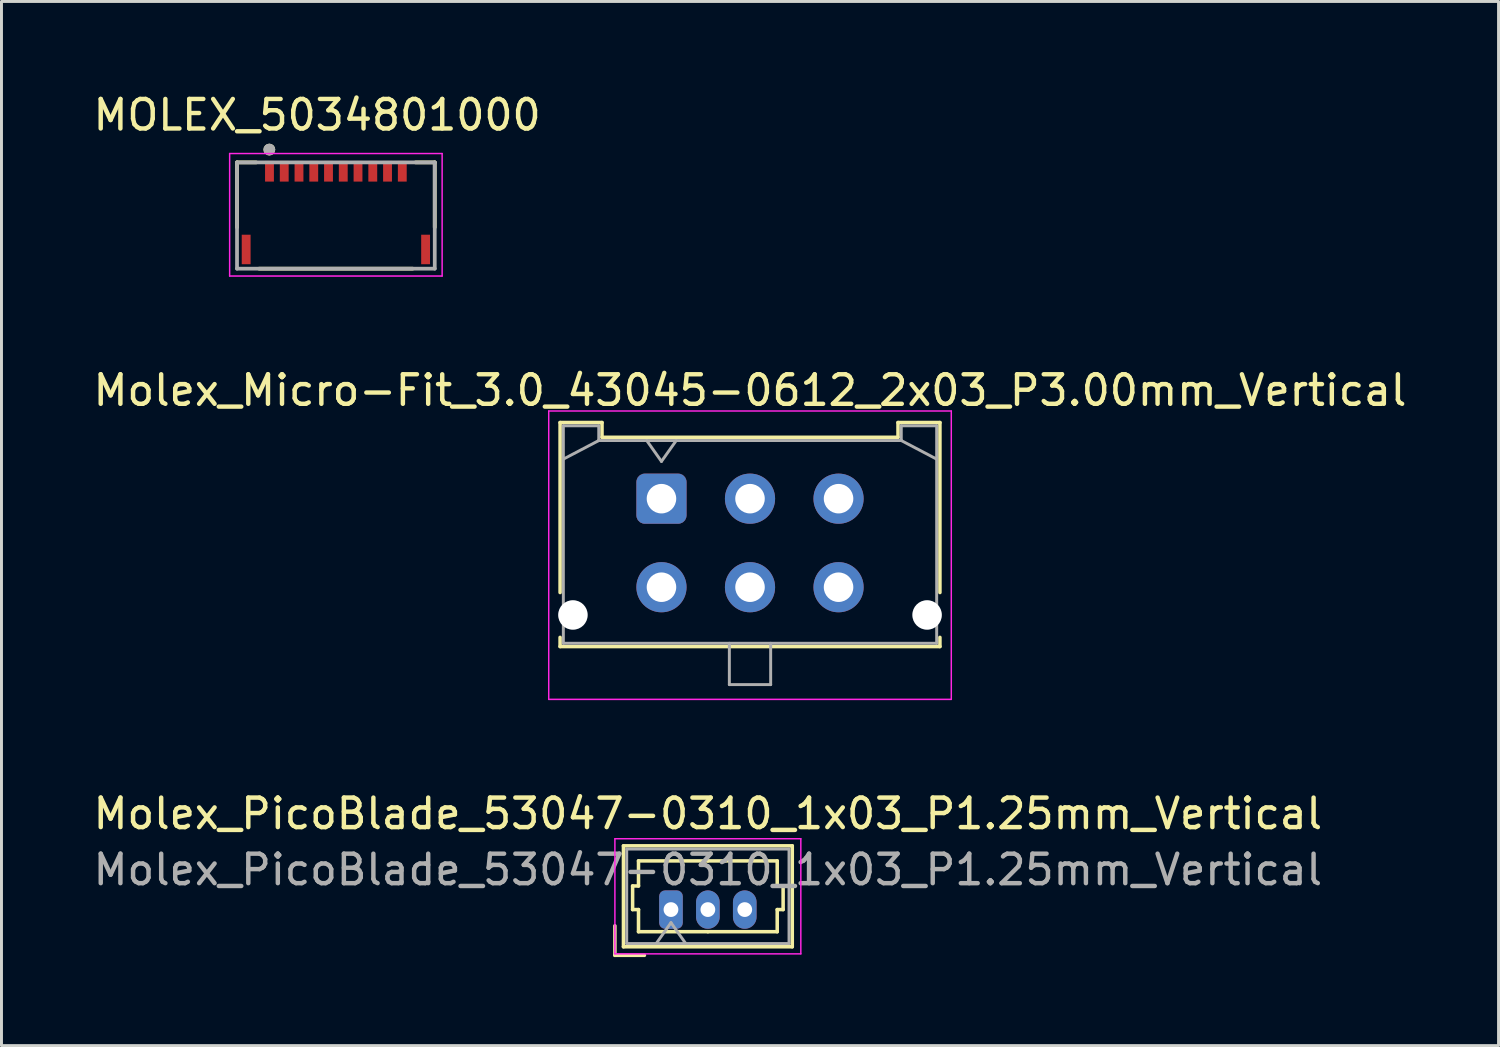
<source format=kicad_pcb>
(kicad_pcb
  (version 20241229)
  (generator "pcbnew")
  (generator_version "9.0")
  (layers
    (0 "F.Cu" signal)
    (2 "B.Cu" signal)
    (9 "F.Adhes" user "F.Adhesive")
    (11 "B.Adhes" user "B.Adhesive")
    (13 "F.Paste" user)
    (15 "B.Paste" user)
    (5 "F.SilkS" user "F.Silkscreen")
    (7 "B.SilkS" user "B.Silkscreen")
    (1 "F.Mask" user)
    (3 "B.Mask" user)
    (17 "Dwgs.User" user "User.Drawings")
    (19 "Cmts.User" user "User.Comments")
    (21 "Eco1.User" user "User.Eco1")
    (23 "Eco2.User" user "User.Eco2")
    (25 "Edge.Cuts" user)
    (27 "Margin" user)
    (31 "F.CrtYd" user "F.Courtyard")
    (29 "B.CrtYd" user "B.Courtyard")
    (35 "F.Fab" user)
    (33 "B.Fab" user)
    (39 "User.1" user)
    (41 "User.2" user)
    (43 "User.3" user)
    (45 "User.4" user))
  (footprint "Molex_Micro-Fit_3.0_43045-0612_2x03_P3.00mm_Vertical"
    (layer "F.Cu")
    (at 19.363 13.847)
    (property "Reference" "Molex_Micro-Fit_3.0_43045-0612_2x03_P3.00mm_Vertical" (at 3 -3.67 0) (layer "F.SilkS") (effects (font (size 1 1) (thickness 0.15))))
    (attr through_hole)
    (fp_line (start -3.435 -2.58) (end -2.015 -2.58) (stroke (width 0.12) (type solid)) (layer "F.SilkS"))
    (fp_line (start -3.435 3.18) (end -3.435 -2.58) (stroke (width 0.12) (type solid)) (layer "F.SilkS"))
    (fp_line (start -3.435 4.7) (end -3.435 5.01) (stroke (width 0.12) (type solid)) (layer "F.SilkS"))
    (fp_line (start -3.435 5.01) (end 9.435 5.01) (stroke (width 0.12) (type solid)) (layer "F.SilkS"))
    (fp_line (start -2.015 -2.58) (end -2.015 -2.08) (stroke (width 0.12) (type solid)) (layer "F.SilkS"))
    (fp_line (start -2.015 -2.08) (end 8.015 -2.08) (stroke (width 0.12) (type solid)) (layer "F.SilkS"))
    (fp_line (start 8.015 -2.58) (end 9.435 -2.58) (stroke (width 0.12) (type solid)) (layer "F.SilkS"))
    (fp_line (start 8.015 -2.08) (end 8.015 -2.58) (stroke (width 0.12) (type solid)) (layer "F.SilkS"))
    (fp_line (start 9.435 -2.58) (end 9.435 3.18) (stroke (width 0.12) (type solid)) (layer "F.SilkS"))
    (fp_line (start 9.435 5.01) (end 9.435 4.7) (stroke (width 0.12) (type solid)) (layer "F.SilkS"))
    (fp_line (start -3.82 -2.97) (end 9.82 -2.97) (stroke (width 0.05) (type solid)) (layer "F.CrtYd"))
    (fp_line (start -3.82 6.8) (end -3.82 -2.97) (stroke (width 0.05) (type solid)) (layer "F.CrtYd"))
    (fp_line (start 9.82 -2.97) (end 9.82 6.8) (stroke (width 0.05) (type solid)) (layer "F.CrtYd"))
    (fp_line (start 9.82 6.8) (end -3.82 6.8) (stroke (width 0.05) (type solid)) (layer "F.CrtYd"))
    (fp_line (start -3.325 -2.47) (end -3.325 4.9) (stroke (width 0.1) (type solid)) (layer "F.Fab"))
    (fp_line (start -3.325 -1.34) (end -2.125 -1.97) (stroke (width 0.1) (type solid)) (layer "F.Fab"))
    (fp_line (start -3.325 4.9) (end 9.325 4.9) (stroke (width 0.1) (type solid)) (layer "F.Fab"))
    (fp_line (start -2.125 -2.47) (end -3.325 -2.47) (stroke (width 0.1) (type solid)) (layer "F.Fab"))
    (fp_line (start -2.125 -1.97) (end -2.125 -2.47) (stroke (width 0.1) (type solid)) (layer "F.Fab"))
    (fp_line (start -0.5 -1.97) (end 0 -1.263) (stroke (width 0.1) (type solid)) (layer "F.Fab"))
    (fp_line (start 0 -1.263) (end 0.5 -1.97) (stroke (width 0.1) (type solid)) (layer "F.Fab"))
    (fp_line (start 2.3 4.9) (end 2.3 6.3) (stroke (width 0.1) (type solid)) (layer "F.Fab"))
    (fp_line (start 2.3 6.3) (end 3.7 6.3) (stroke (width 0.1) (type solid)) (layer "F.Fab"))
    (fp_line (start 3.7 6.3) (end 3.7 4.9) (stroke (width 0.1) (type solid)) (layer "F.Fab"))
    (fp_line (start 8.125 -2.47) (end 8.125 -1.97) (stroke (width 0.1) (type solid)) (layer "F.Fab"))
    (fp_line (start 8.125 -1.97) (end -2.125 -1.97) (stroke (width 0.1) (type solid)) (layer "F.Fab"))
    (fp_line (start 9.325 -2.47) (end 8.125 -2.47) (stroke (width 0.1) (type solid)) (layer "F.Fab"))
    (fp_line (start 9.325 -1.34) (end 8.125 -1.97) (stroke (width 0.1) (type solid)) (layer "F.Fab"))
    (fp_line (start 9.325 4.9) (end 9.325 -2.47) (stroke (width 0.1) (type solid)) (layer "F.Fab"))
    (pad "" np_thru_hole circle (at -3 3.94) (size 1 1) (drill 1) (layers "*.Cu" "*.Mask"))
    (pad "" np_thru_hole circle (at 9 3.94) (size 1 1) (drill 1) (layers "*.Cu" "*.Mask"))
    (pad "1" thru_hole roundrect (at 0 0) (size 1.7 1.7) (drill 1) (layers "*.Cu" "*.Mask") (roundrect_rratio 0.167))
    (pad "2" thru_hole circle (at 3 0) (size 1.7 1.7) (drill 1) (layers "*.Cu" "*.Mask"))
    (pad "3" thru_hole circle (at 6 0) (size 1.7 1.7) (drill 1) (layers "*.Cu" "*.Mask"))
    (pad "4" thru_hole circle (at 0 3) (size 1.7 1.7) (drill 1) (layers "*.Cu" "*.Mask"))
    (pad "5" thru_hole circle (at 3 3) (size 1.7 1.7) (drill 1) (layers "*.Cu" "*.Mask"))
    (pad "6" thru_hole circle (at 6 3) (size 1.7 1.7) (drill 1) (layers "*.Cu" "*.Mask")))
  (footprint "Molex_PicoBlade_53047-0310_1x03_P1.25mm_Vertical"
    (layer "F.Cu")
    (at 19.685 27.77)
    (property "Reference" "Molex_PicoBlade_53047-0310_1x03_P1.25mm_Vertical" (at 1.25 -3.25 0) (layer "F.SilkS") (effects (font (size 1 1) (thickness 0.15))))
    (attr through_hole)
    (fp_line (start -1.9 1.55) (end -1.9 0.55) (stroke (width 0.12) (type solid)) (layer "F.SilkS"))
    (fp_line (start -1.9 1.55) (end -0.9 1.55) (stroke (width 0.12) (type solid)) (layer "F.SilkS"))
    (fp_line (start -1.61 -2.16) (end -1.61 1.26) (stroke (width 0.12) (type solid)) (layer "F.SilkS"))
    (fp_line (start -1.61 1.26) (end 4.11 1.26) (stroke (width 0.12) (type solid)) (layer "F.SilkS"))
    (fp_line (start -1.3 -0.8) (end -1.1 -0.8) (stroke (width 0.12) (type solid)) (layer "F.SilkS"))
    (fp_line (start -1.3 0) (end -1.3 -0.8) (stroke (width 0.12) (type solid)) (layer "F.SilkS"))
    (fp_line (start -1.1 -1.65) (end 1.25 -1.65) (stroke (width 0.12) (type solid)) (layer "F.SilkS"))
    (fp_line (start -1.1 -0.8) (end -1.1 -1.65) (stroke (width 0.12) (type solid)) (layer "F.SilkS"))
    (fp_line (start -1.1 0) (end -1.3 0) (stroke (width 0.12) (type solid)) (layer "F.SilkS"))
    (fp_line (start -1.1 0.75) (end -1.1 0) (stroke (width 0.12) (type solid)) (layer "F.SilkS"))
    (fp_line (start 1.25 0.75) (end -1.1 0.75) (stroke (width 0.12) (type solid)) (layer "F.SilkS"))
    (fp_line (start 1.25 0.75) (end 3.6 0.75) (stroke (width 0.12) (type solid)) (layer "F.SilkS"))
    (fp_line (start 3.6 -1.65) (end 1.25 -1.65) (stroke (width 0.12) (type solid)) (layer "F.SilkS"))
    (fp_line (start 3.6 -0.8) (end 3.6 -1.65) (stroke (width 0.12) (type solid)) (layer "F.SilkS"))
    (fp_line (start 3.6 0) (end 3.8 0) (stroke (width 0.12) (type solid)) (layer "F.SilkS"))
    (fp_line (start 3.6 0.75) (end 3.6 0) (stroke (width 0.12) (type solid)) (layer "F.SilkS"))
    (fp_line (start 3.8 -0.8) (end 3.6 -0.8) (stroke (width 0.12) (type solid)) (layer "F.SilkS"))
    (fp_line (start 3.8 0) (end 3.8 -0.8) (stroke (width 0.12) (type solid)) (layer "F.SilkS"))
    (fp_line (start 4.11 -2.16) (end -1.61 -2.16) (stroke (width 0.12) (type solid)) (layer "F.SilkS"))
    (fp_line (start 4.11 1.26) (end 4.11 -2.16) (stroke (width 0.12) (type solid)) (layer "F.SilkS"))
    (fp_line (start -1.9 -2.4) (end -1.9 1.5) (stroke (width 0.05) (type solid)) (layer "F.CrtYd"))
    (fp_line (start -1.9 1.5) (end 4.4 1.5) (stroke (width 0.05) (type solid)) (layer "F.CrtYd"))
    (fp_line (start 4.4 -2.4) (end -1.9 -2.4) (stroke (width 0.05) (type solid)) (layer "F.CrtYd"))
    (fp_line (start 4.4 1.5) (end 4.4 -2.4) (stroke (width 0.05) (type solid)) (layer "F.CrtYd"))
    (fp_line (start -1.5 -2.05) (end -1.5 1.15) (stroke (width 0.1) (type solid)) (layer "F.Fab"))
    (fp_line (start -1.5 1.15) (end 4 1.15) (stroke (width 0.1) (type solid)) (layer "F.Fab"))
    (fp_line (start -0.5 1.15) (end 0 0.443) (stroke (width 0.1) (type solid)) (layer "F.Fab"))
    (fp_line (start 0 0.443) (end 0.5 1.15) (stroke (width 0.1) (type solid)) (layer "F.Fab"))
    (fp_line (start 4 -2.05) (end -1.5 -2.05) (stroke (width 0.1) (type solid)) (layer "F.Fab"))
    (fp_line (start 4 1.15) (end 4 -2.05) (stroke (width 0.1) (type solid)) (layer "F.Fab"))
    (fp_text user "${REFERENCE}" (at 1.25 -1.35 0) (layer "F.Fab") (effects (font (size 1 1) (thickness 0.15))))
    (pad "1" thru_hole roundrect (at 0 0) (size 0.8 1.3) (drill 0.5) (layers "*.Cu" "*.Mask") (roundrect_rratio 0.25))
    (pad "2" thru_hole oval (at 1.25 0) (size 0.8 1.3) (drill 0.5) (layers "*.Cu" "*.Mask"))
    (pad "3" thru_hole oval (at 2.5 0) (size 0.8 1.3) (drill 0.5) (layers "*.Cu" "*.Mask")))
  (footprint "MOLEX_5034801000"
    (layer "F.Cu")
    (at 8.331 2.753)
    (property "Reference" "MOLEX_5034801000" (at -0.635 -1.905 0) (layer "F.SilkS") (effects (font (size 1 1) (thickness 0.15))))
    (attr smd)
    (fp_line (start -3.35 -0.3) (end -3.35 1.9) (stroke (width 0.127) (type solid)) (layer "F.SilkS"))
    (fp_line (start -2.7 -0.3) (end -3.35 -0.3) (stroke (width 0.127) (type solid)) (layer "F.SilkS"))
    (fp_line (start -2.6 3.3) (end 2.6 3.3) (stroke (width 0.127) (type solid)) (layer "F.SilkS"))
    (fp_line (start 2.7 -0.3) (end 3.35 -0.3) (stroke (width 0.127) (type solid)) (layer "F.SilkS"))
    (fp_line (start 3.35 -0.3) (end 3.35 1.9) (stroke (width 0.127) (type solid)) (layer "F.SilkS"))
    (fp_circle (center -2.255 -0.735) (end -2.155 -0.735) (stroke (width 0.2) (type solid)) (fill no) (layer "F.SilkS"))
    (fp_line (start -3.6 -0.6) (end 3.6 -0.6) (stroke (width 0.05) (type solid)) (layer "F.CrtYd"))
    (fp_line (start -3.6 3.55) (end -3.6 -0.6) (stroke (width 0.05) (type solid)) (layer "F.CrtYd"))
    (fp_line (start 3.6 -0.6) (end 3.6 3.55) (stroke (width 0.05) (type solid)) (layer "F.CrtYd"))
    (fp_line (start 3.6 3.55) (end -3.6 3.55) (stroke (width 0.05) (type solid)) (layer "F.CrtYd"))
    (fp_line (start -3.35 -0.3) (end 3.35 -0.3) (stroke (width 0.127) (type solid)) (layer "F.Fab"))
    (fp_line (start -3.35 3.3) (end -3.35 -0.3) (stroke (width 0.127) (type solid)) (layer "F.Fab"))
    (fp_line (start 3.35 -0.3) (end 3.35 3.3) (stroke (width 0.127) (type solid)) (layer "F.Fab"))
    (fp_line (start 3.35 3.3) (end -3.35 3.3) (stroke (width 0.127) (type solid)) (layer "F.Fab"))
    (fp_circle (center -2.255 -0.735) (end -2.155 -0.735) (stroke (width 0.2) (type solid)) (fill no) (layer "F.Fab"))
    (pad "1" smd rect (at -2.25 0) (size 0.3 0.7) (layers "F.Cu" "F.Mask" "F.Paste"))
    (pad "2" smd rect (at -1.75 0) (size 0.3 0.7) (layers "F.Cu" "F.Mask" "F.Paste"))
    (pad "3" smd rect (at -1.25 0) (size 0.3 0.7) (layers "F.Cu" "F.Mask" "F.Paste"))
    (pad "4" smd rect (at -0.75 0) (size 0.3 0.7) (layers "F.Cu" "F.Mask" "F.Paste"))
    (pad "5" smd rect (at -0.25 0) (size 0.3 0.7) (layers "F.Cu" "F.Mask" "F.Paste"))
    (pad "6" smd rect (at 0.25 0) (size 0.3 0.7) (layers "F.Cu" "F.Mask" "F.Paste"))
    (pad "7" smd rect (at 0.75 0) (size 0.3 0.7) (layers "F.Cu" "F.Mask" "F.Paste"))
    (pad "8" smd rect (at 1.25 0) (size 0.3 0.7) (layers "F.Cu" "F.Mask" "F.Paste"))
    (pad "9" smd rect (at 1.75 0) (size 0.3 0.7) (layers "F.Cu" "F.Mask" "F.Paste"))
    (pad "10" smd rect (at 2.25 0) (size 0.3 0.7) (layers "F.Cu" "F.Mask" "F.Paste"))
    (pad "S1" smd rect (at -3.04 2.65) (size 0.3 1) (layers "F.Cu" "F.Mask" "F.Paste"))
    (pad "S2" smd rect (at 3.04 2.65) (size 0.3 1) (layers "F.Cu" "F.Mask" "F.Paste")))
  (gr_rect
    (start -3 -3)
    (end 47.726 32.38)
    (stroke (width 0.1) (type default))
    (fill no)
    (layer "Edge.Cuts")))
</source>
